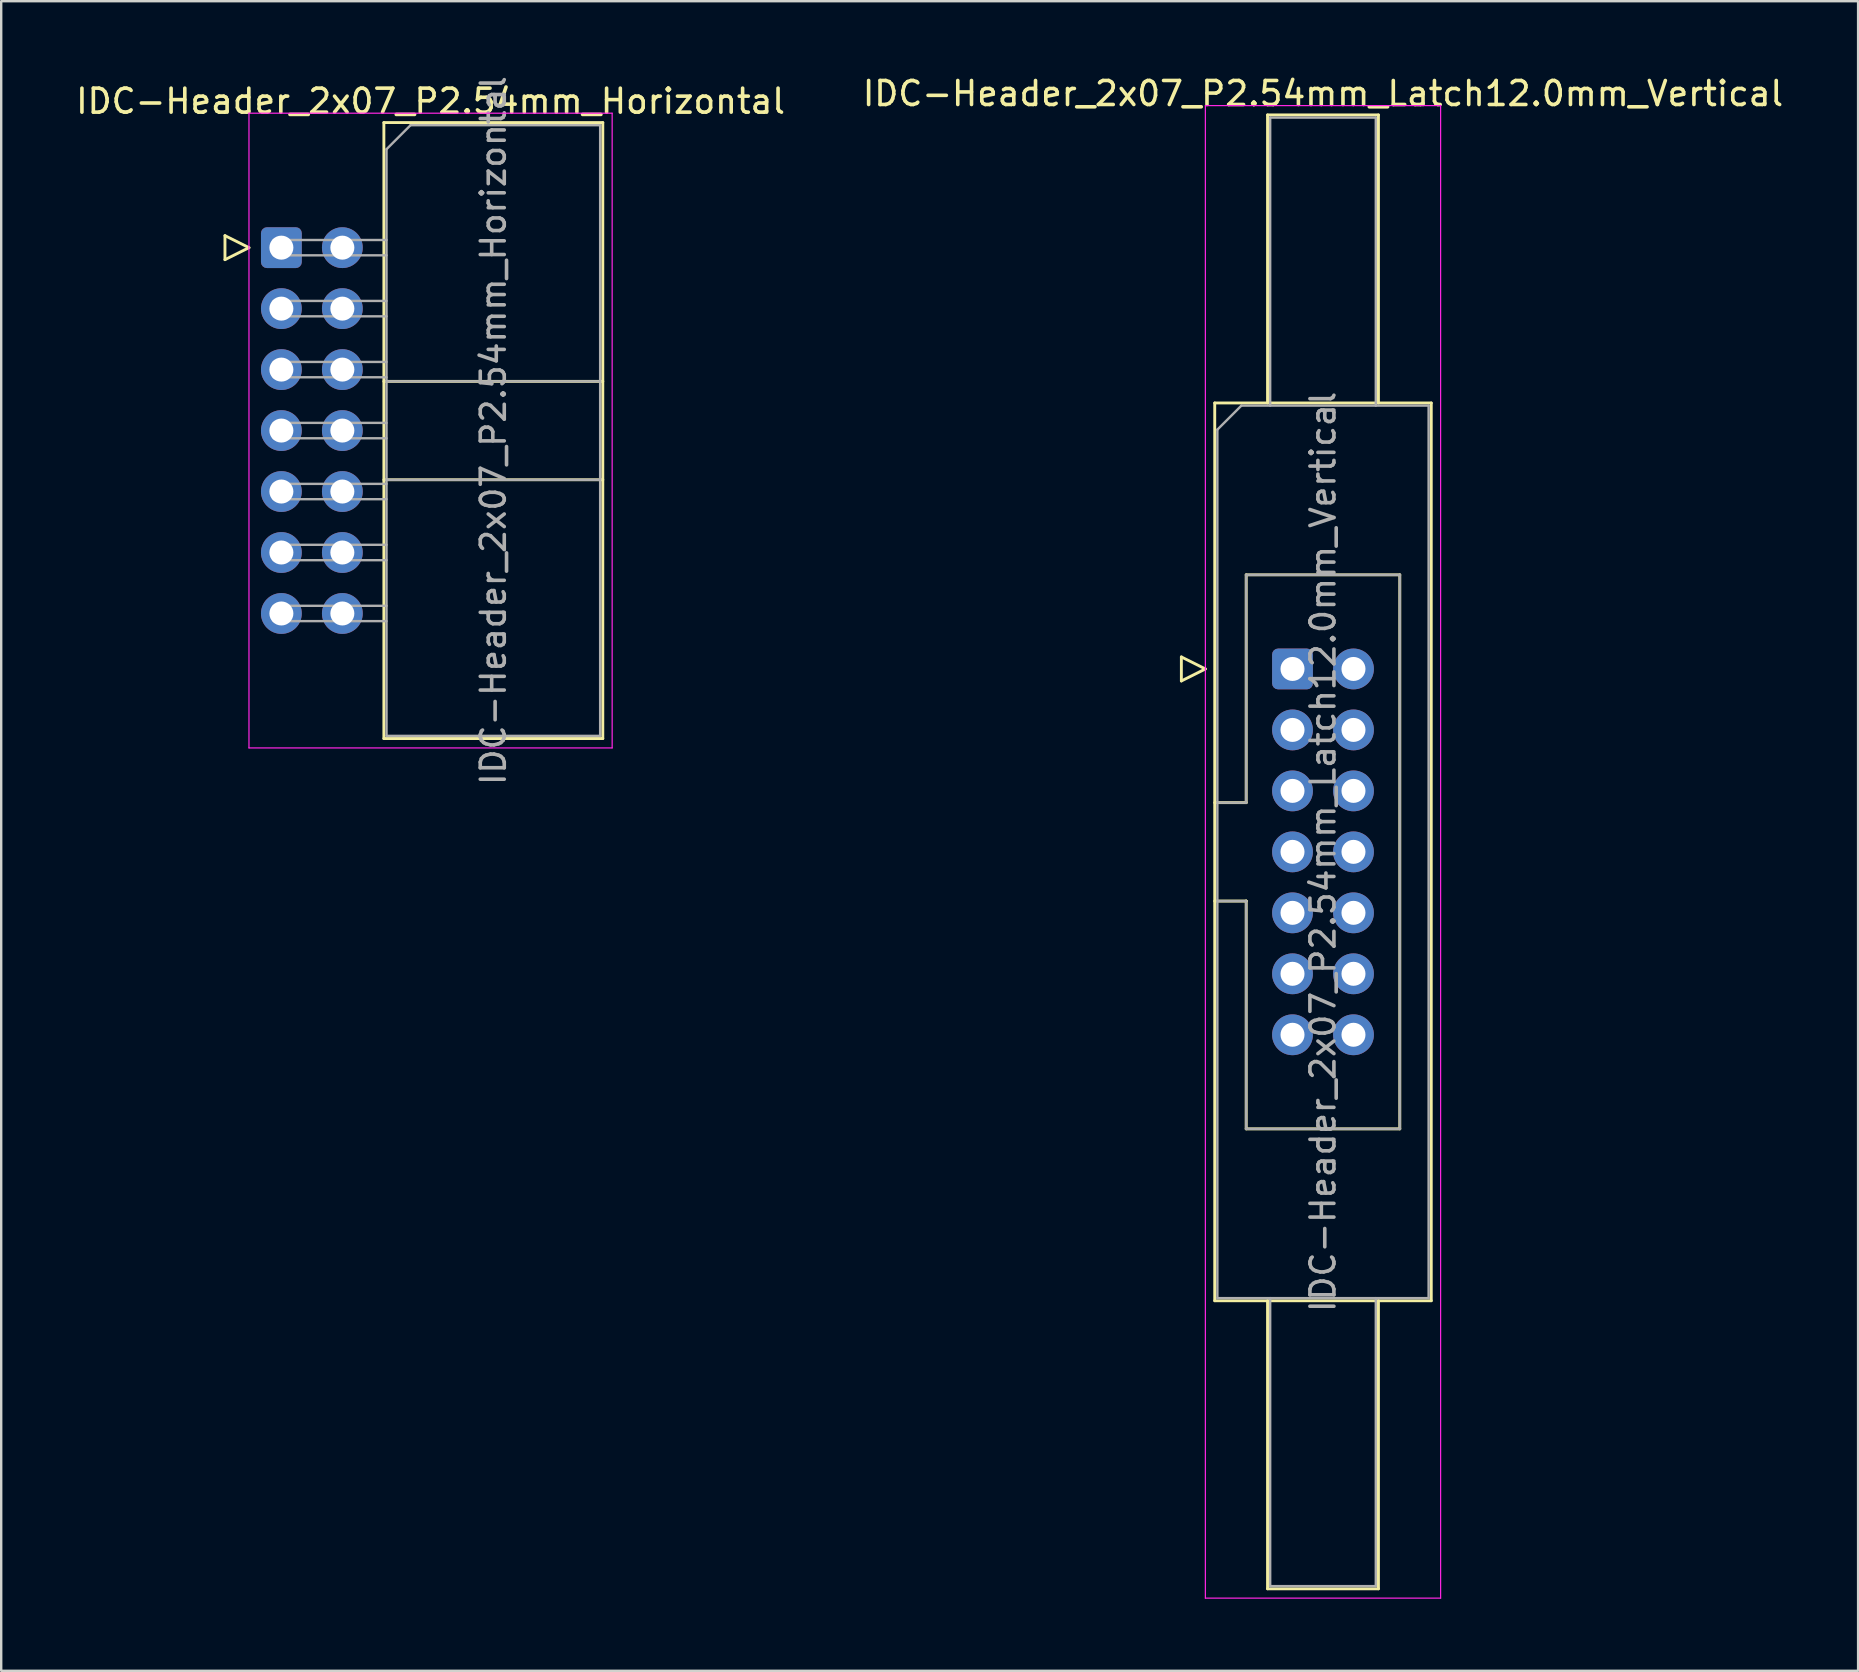
<source format=kicad_pcb>
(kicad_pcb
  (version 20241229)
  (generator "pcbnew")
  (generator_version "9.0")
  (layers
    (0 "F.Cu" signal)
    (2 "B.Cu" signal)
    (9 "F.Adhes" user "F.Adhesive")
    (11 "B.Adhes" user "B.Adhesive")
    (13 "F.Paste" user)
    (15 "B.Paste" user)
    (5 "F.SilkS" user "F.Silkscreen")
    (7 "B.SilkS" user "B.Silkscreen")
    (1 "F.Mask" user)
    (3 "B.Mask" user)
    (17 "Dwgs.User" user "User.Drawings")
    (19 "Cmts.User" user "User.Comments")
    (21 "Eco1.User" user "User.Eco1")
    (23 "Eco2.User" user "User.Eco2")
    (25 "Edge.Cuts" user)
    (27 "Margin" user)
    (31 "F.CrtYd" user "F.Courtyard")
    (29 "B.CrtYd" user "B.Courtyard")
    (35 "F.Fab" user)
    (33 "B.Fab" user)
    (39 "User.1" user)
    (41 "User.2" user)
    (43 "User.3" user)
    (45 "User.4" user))
  (footprint "IDC-Header_2x07_P2.54mm_Horizontal"
    (layer "F.Cu")
    (at 8.672 7.267)
    (property "Reference" "IDC-Header_2x07_P2.54mm_Horizontal" (at 6.215 -6.1 0) (layer "F.SilkS") (effects (font (size 1 1) (thickness 0.15))))
    (attr through_hole)
    (fp_line (start -2.35 -0.5) (end -2.35 0.5) (stroke (width 0.12) (type solid)) (layer "F.SilkS"))
    (fp_line (start -2.35 0.5) (end -1.35 0) (stroke (width 0.12) (type solid)) (layer "F.SilkS"))
    (fp_line (start -1.35 0) (end -2.35 -0.5) (stroke (width 0.12) (type solid)) (layer "F.SilkS"))
    (fp_line (start 4.27 -5.21) (end 13.39 -5.21) (stroke (width 0.12) (type solid)) (layer "F.SilkS"))
    (fp_line (start 4.27 5.57) (end 13.39 5.57) (stroke (width 0.12) (type solid)) (layer "F.SilkS"))
    (fp_line (start 4.27 9.67) (end 13.39 9.67) (stroke (width 0.12) (type solid)) (layer "F.SilkS"))
    (fp_line (start 4.27 20.45) (end 4.27 -5.21) (stroke (width 0.12) (type solid)) (layer "F.SilkS"))
    (fp_line (start 13.39 -5.21) (end 13.39 20.45) (stroke (width 0.12) (type solid)) (layer "F.SilkS"))
    (fp_line (start 13.39 20.45) (end 4.27 20.45) (stroke (width 0.12) (type solid)) (layer "F.SilkS"))
    (fp_line (start -1.35 -5.6) (end -1.35 20.84) (stroke (width 0.05) (type solid)) (layer "F.CrtYd"))
    (fp_line (start -1.35 20.84) (end 13.78 20.84) (stroke (width 0.05) (type solid)) (layer "F.CrtYd"))
    (fp_line (start 13.78 -5.6) (end -1.35 -5.6) (stroke (width 0.05) (type solid)) (layer "F.CrtYd"))
    (fp_line (start 13.78 20.84) (end 13.78 -5.6) (stroke (width 0.05) (type solid)) (layer "F.CrtYd"))
    (fp_line (start -0.32 -0.32) (end -0.32 0.32) (stroke (width 0.1) (type solid)) (layer "F.Fab"))
    (fp_line (start -0.32 0.32) (end 4.38 0.32) (stroke (width 0.1) (type solid)) (layer "F.Fab"))
    (fp_line (start -0.32 2.22) (end -0.32 2.86) (stroke (width 0.1) (type solid)) (layer "F.Fab"))
    (fp_line (start -0.32 2.86) (end 4.38 2.86) (stroke (width 0.1) (type solid)) (layer "F.Fab"))
    (fp_line (start -0.32 4.76) (end -0.32 5.4) (stroke (width 0.1) (type solid)) (layer "F.Fab"))
    (fp_line (start -0.32 5.4) (end 4.38 5.4) (stroke (width 0.1) (type solid)) (layer "F.Fab"))
    (fp_line (start -0.32 7.3) (end -0.32 7.94) (stroke (width 0.1) (type solid)) (layer "F.Fab"))
    (fp_line (start -0.32 7.94) (end 4.38 7.94) (stroke (width 0.1) (type solid)) (layer "F.Fab"))
    (fp_line (start -0.32 9.84) (end -0.32 10.48) (stroke (width 0.1) (type solid)) (layer "F.Fab"))
    (fp_line (start -0.32 10.48) (end 4.38 10.48) (stroke (width 0.1) (type solid)) (layer "F.Fab"))
    (fp_line (start -0.32 12.38) (end -0.32 13.02) (stroke (width 0.1) (type solid)) (layer "F.Fab"))
    (fp_line (start -0.32 13.02) (end 4.38 13.02) (stroke (width 0.1) (type solid)) (layer "F.Fab"))
    (fp_line (start -0.32 14.92) (end -0.32 15.56) (stroke (width 0.1) (type solid)) (layer "F.Fab"))
    (fp_line (start -0.32 15.56) (end 4.38 15.56) (stroke (width 0.1) (type solid)) (layer "F.Fab"))
    (fp_line (start 4.38 -4.1) (end 5.38 -5.1) (stroke (width 0.1) (type solid)) (layer "F.Fab"))
    (fp_line (start 4.38 -0.32) (end -0.32 -0.32) (stroke (width 0.1) (type solid)) (layer "F.Fab"))
    (fp_line (start 4.38 2.22) (end -0.32 2.22) (stroke (width 0.1) (type solid)) (layer "F.Fab"))
    (fp_line (start 4.38 4.76) (end -0.32 4.76) (stroke (width 0.1) (type solid)) (layer "F.Fab"))
    (fp_line (start 4.38 5.57) (end 13.28 5.57) (stroke (width 0.1) (type solid)) (layer "F.Fab"))
    (fp_line (start 4.38 7.3) (end -0.32 7.3) (stroke (width 0.1) (type solid)) (layer "F.Fab"))
    (fp_line (start 4.38 9.67) (end 13.28 9.67) (stroke (width 0.1) (type solid)) (layer "F.Fab"))
    (fp_line (start 4.38 9.84) (end -0.32 9.84) (stroke (width 0.1) (type solid)) (layer "F.Fab"))
    (fp_line (start 4.38 12.38) (end -0.32 12.38) (stroke (width 0.1) (type solid)) (layer "F.Fab"))
    (fp_line (start 4.38 14.92) (end -0.32 14.92) (stroke (width 0.1) (type solid)) (layer "F.Fab"))
    (fp_line (start 4.38 20.34) (end 4.38 -4.1) (stroke (width 0.1) (type solid)) (layer "F.Fab"))
    (fp_line (start 5.38 -5.1) (end 13.28 -5.1) (stroke (width 0.1) (type solid)) (layer "F.Fab"))
    (fp_line (start 13.28 -5.1) (end 13.28 20.34) (stroke (width 0.1) (type solid)) (layer "F.Fab"))
    (fp_line (start 13.28 20.34) (end 4.38 20.34) (stroke (width 0.1) (type solid)) (layer "F.Fab"))
    (fp_text user "${REFERENCE}" (at 8.83 7.62 90) (layer "F.Fab") (effects (font (size 1 1) (thickness 0.15))))
    (pad "1" thru_hole roundrect (at 0 0) (size 1.7 1.7) (drill 1) (layers "*.Cu" "*.Mask") (roundrect_rratio 0.147))
    (pad "2" thru_hole circle (at 2.54 0) (size 1.7 1.7) (drill 1) (layers "*.Cu" "*.Mask"))
    (pad "3" thru_hole circle (at 0 2.54) (size 1.7 1.7) (drill 1) (layers "*.Cu" "*.Mask"))
    (pad "4" thru_hole circle (at 2.54 2.54) (size 1.7 1.7) (drill 1) (layers "*.Cu" "*.Mask"))
    (pad "5" thru_hole circle (at 0 5.08) (size 1.7 1.7) (drill 1) (layers "*.Cu" "*.Mask"))
    (pad "6" thru_hole circle (at 2.54 5.08) (size 1.7 1.7) (drill 1) (layers "*.Cu" "*.Mask"))
    (pad "7" thru_hole circle (at 0 7.62) (size 1.7 1.7) (drill 1) (layers "*.Cu" "*.Mask"))
    (pad "8" thru_hole circle (at 2.54 7.62) (size 1.7 1.7) (drill 1) (layers "*.Cu" "*.Mask"))
    (pad "9" thru_hole circle (at 0 10.16) (size 1.7 1.7) (drill 1) (layers "*.Cu" "*.Mask"))
    (pad "10" thru_hole circle (at 2.54 10.16) (size 1.7 1.7) (drill 1) (layers "*.Cu" "*.Mask"))
    (pad "11" thru_hole circle (at 0 12.7) (size 1.7 1.7) (drill 1) (layers "*.Cu" "*.Mask"))
    (pad "12" thru_hole circle (at 2.54 12.7) (size 1.7 1.7) (drill 1) (layers "*.Cu" "*.Mask"))
    (pad "13" thru_hole circle (at 0 15.24) (size 1.7 1.7) (drill 1) (layers "*.Cu" "*.Mask"))
    (pad "14" thru_hole circle (at 2.54 15.24) (size 1.7 1.7) (drill 1) (layers "*.Cu" "*.Mask")))
  (footprint "IDC-Header_2x07_P2.54mm_Latch12.0mm_Vertical"
    (layer "F.Cu")
    (at 50.795 24.818)
    (property "Reference" "IDC-Header_2x07_P2.54mm_Latch12.0mm_Vertical" (at 1.27 -23.97 0) (layer "F.SilkS") (effects (font (size 1 1) (thickness 0.15))))
    (attr through_hole)
    (fp_line (start -4.63 -0.5) (end -4.63 0.5) (stroke (width 0.12) (type solid)) (layer "F.SilkS"))
    (fp_line (start -4.63 0.5) (end -3.63 0) (stroke (width 0.12) (type solid)) (layer "F.SilkS"))
    (fp_line (start -3.63 0) (end -4.63 -0.5) (stroke (width 0.12) (type solid)) (layer "F.SilkS"))
    (fp_line (start -3.24 -11.08) (end 5.78 -11.08) (stroke (width 0.12) (type solid)) (layer "F.SilkS"))
    (fp_line (start -3.24 5.57) (end -1.93 5.57) (stroke (width 0.12) (type solid)) (layer "F.SilkS"))
    (fp_line (start -3.24 26.32) (end -3.24 -11.08) (stroke (width 0.12) (type solid)) (layer "F.SilkS"))
    (fp_line (start -1.93 -3.92) (end 4.47 -3.92) (stroke (width 0.12) (type solid)) (layer "F.SilkS"))
    (fp_line (start -1.93 5.57) (end -1.93 -3.92) (stroke (width 0.12) (type solid)) (layer "F.SilkS"))
    (fp_line (start -1.93 9.67) (end -3.24 9.67) (stroke (width 0.12) (type solid)) (layer "F.SilkS"))
    (fp_line (start -1.93 9.67) (end -1.93 9.67) (stroke (width 0.12) (type solid)) (layer "F.SilkS"))
    (fp_line (start -1.93 19.16) (end -1.93 9.67) (stroke (width 0.12) (type solid)) (layer "F.SilkS"))
    (fp_line (start -1.04 -23.08) (end 3.58 -23.08) (stroke (width 0.12) (type solid)) (layer "F.SilkS"))
    (fp_line (start -1.04 -11.08) (end -1.04 -23.08) (stroke (width 0.12) (type solid)) (layer "F.SilkS"))
    (fp_line (start -1.04 26.32) (end -1.04 38.32) (stroke (width 0.12) (type solid)) (layer "F.SilkS"))
    (fp_line (start -1.04 38.32) (end 3.58 38.32) (stroke (width 0.12) (type solid)) (layer "F.SilkS"))
    (fp_line (start 3.58 -23.08) (end 3.58 -11.08) (stroke (width 0.12) (type solid)) (layer "F.SilkS"))
    (fp_line (start 3.58 38.32) (end 3.58 26.32) (stroke (width 0.12) (type solid)) (layer "F.SilkS"))
    (fp_line (start 4.47 -3.92) (end 4.47 19.16) (stroke (width 0.12) (type solid)) (layer "F.SilkS"))
    (fp_line (start 4.47 19.16) (end -1.93 19.16) (stroke (width 0.12) (type solid)) (layer "F.SilkS"))
    (fp_line (start 5.78 -11.08) (end 5.78 26.32) (stroke (width 0.12) (type solid)) (layer "F.SilkS"))
    (fp_line (start 5.78 26.32) (end -3.24 26.32) (stroke (width 0.12) (type solid)) (layer "F.SilkS"))
    (fp_line (start -3.63 -23.47) (end -3.63 38.71) (stroke (width 0.05) (type solid)) (layer "F.CrtYd"))
    (fp_line (start -3.63 38.71) (end 6.17 38.71) (stroke (width 0.05) (type solid)) (layer "F.CrtYd"))
    (fp_line (start 6.17 -23.47) (end -3.63 -23.47) (stroke (width 0.05) (type solid)) (layer "F.CrtYd"))
    (fp_line (start 6.17 38.71) (end 6.17 -23.47) (stroke (width 0.05) (type solid)) (layer "F.CrtYd"))
    (fp_line (start -3.13 -9.97) (end -2.13 -10.97) (stroke (width 0.1) (type solid)) (layer "F.Fab"))
    (fp_line (start -3.13 5.57) (end -1.93 5.57) (stroke (width 0.1) (type solid)) (layer "F.Fab"))
    (fp_line (start -3.13 26.21) (end -3.13 -9.97) (stroke (width 0.1) (type solid)) (layer "F.Fab"))
    (fp_line (start -2.13 -10.97) (end 5.67 -10.97) (stroke (width 0.1) (type solid)) (layer "F.Fab"))
    (fp_line (start -1.93 -3.92) (end 4.47 -3.92) (stroke (width 0.1) (type solid)) (layer "F.Fab"))
    (fp_line (start -1.93 5.57) (end -1.93 -3.92) (stroke (width 0.1) (type solid)) (layer "F.Fab"))
    (fp_line (start -1.93 9.67) (end -3.13 9.67) (stroke (width 0.1) (type solid)) (layer "F.Fab"))
    (fp_line (start -1.93 9.67) (end -1.93 9.67) (stroke (width 0.1) (type solid)) (layer "F.Fab"))
    (fp_line (start -1.93 19.16) (end -1.93 9.67) (stroke (width 0.1) (type solid)) (layer "F.Fab"))
    (fp_line (start -0.93 -22.97) (end 3.47 -22.97) (stroke (width 0.1) (type solid)) (layer "F.Fab"))
    (fp_line (start -0.93 -10.97) (end -0.93 -22.97) (stroke (width 0.1) (type solid)) (layer "F.Fab"))
    (fp_line (start -0.93 26.21) (end -0.93 38.21) (stroke (width 0.1) (type solid)) (layer "F.Fab"))
    (fp_line (start -0.93 38.21) (end 3.47 38.21) (stroke (width 0.1) (type solid)) (layer "F.Fab"))
    (fp_line (start 3.47 -22.97) (end 3.47 -10.97) (stroke (width 0.1) (type solid)) (layer "F.Fab"))
    (fp_line (start 3.47 38.21) (end 3.47 26.21) (stroke (width 0.1) (type solid)) (layer "F.Fab"))
    (fp_line (start 4.47 -3.92) (end 4.47 19.16) (stroke (width 0.1) (type solid)) (layer "F.Fab"))
    (fp_line (start 4.47 19.16) (end -1.93 19.16) (stroke (width 0.1) (type solid)) (layer "F.Fab"))
    (fp_line (start 5.67 -10.97) (end 5.67 26.21) (stroke (width 0.1) (type solid)) (layer "F.Fab"))
    (fp_line (start 5.67 26.21) (end -3.13 26.21) (stroke (width 0.1) (type solid)) (layer "F.Fab"))
    (fp_text user "${REFERENCE}" (at 1.27 7.62 90) (layer "F.Fab") (effects (font (size 1 1) (thickness 0.15))))
    (pad "1" thru_hole roundrect (at 0 0) (size 1.7 1.7) (drill 1) (layers "*.Cu" "*.Mask") (roundrect_rratio 0.147))
    (pad "2" thru_hole circle (at 2.54 0) (size 1.7 1.7) (drill 1) (layers "*.Cu" "*.Mask"))
    (pad "3" thru_hole circle (at 0 2.54) (size 1.7 1.7) (drill 1) (layers "*.Cu" "*.Mask"))
    (pad "4" thru_hole circle (at 2.54 2.54) (size 1.7 1.7) (drill 1) (layers "*.Cu" "*.Mask"))
    (pad "5" thru_hole circle (at 0 5.08) (size 1.7 1.7) (drill 1) (layers "*.Cu" "*.Mask"))
    (pad "6" thru_hole circle (at 2.54 5.08) (size 1.7 1.7) (drill 1) (layers "*.Cu" "*.Mask"))
    (pad "7" thru_hole circle (at 0 7.62) (size 1.7 1.7) (drill 1) (layers "*.Cu" "*.Mask"))
    (pad "8" thru_hole circle (at 2.54 7.62) (size 1.7 1.7) (drill 1) (layers "*.Cu" "*.Mask"))
    (pad "9" thru_hole circle (at 0 10.16) (size 1.7 1.7) (drill 1) (layers "*.Cu" "*.Mask"))
    (pad "10" thru_hole circle (at 2.54 10.16) (size 1.7 1.7) (drill 1) (layers "*.Cu" "*.Mask"))
    (pad "11" thru_hole circle (at 0 12.7) (size 1.7 1.7) (drill 1) (layers "*.Cu" "*.Mask"))
    (pad "12" thru_hole circle (at 2.54 12.7) (size 1.7 1.7) (drill 1) (layers "*.Cu" "*.Mask"))
    (pad "13" thru_hole circle (at 0 15.24) (size 1.7 1.7) (drill 1) (layers "*.Cu" "*.Mask"))
    (pad "14" thru_hole circle (at 2.54 15.24) (size 1.7 1.7) (drill 1) (layers "*.Cu" "*.Mask")))
  (gr_rect
    (start -3 -3)
    (end 74.357 66.553)
    (stroke (width 0.1) (type default))
    (fill no)
    (layer "Edge.Cuts")))
</source>
